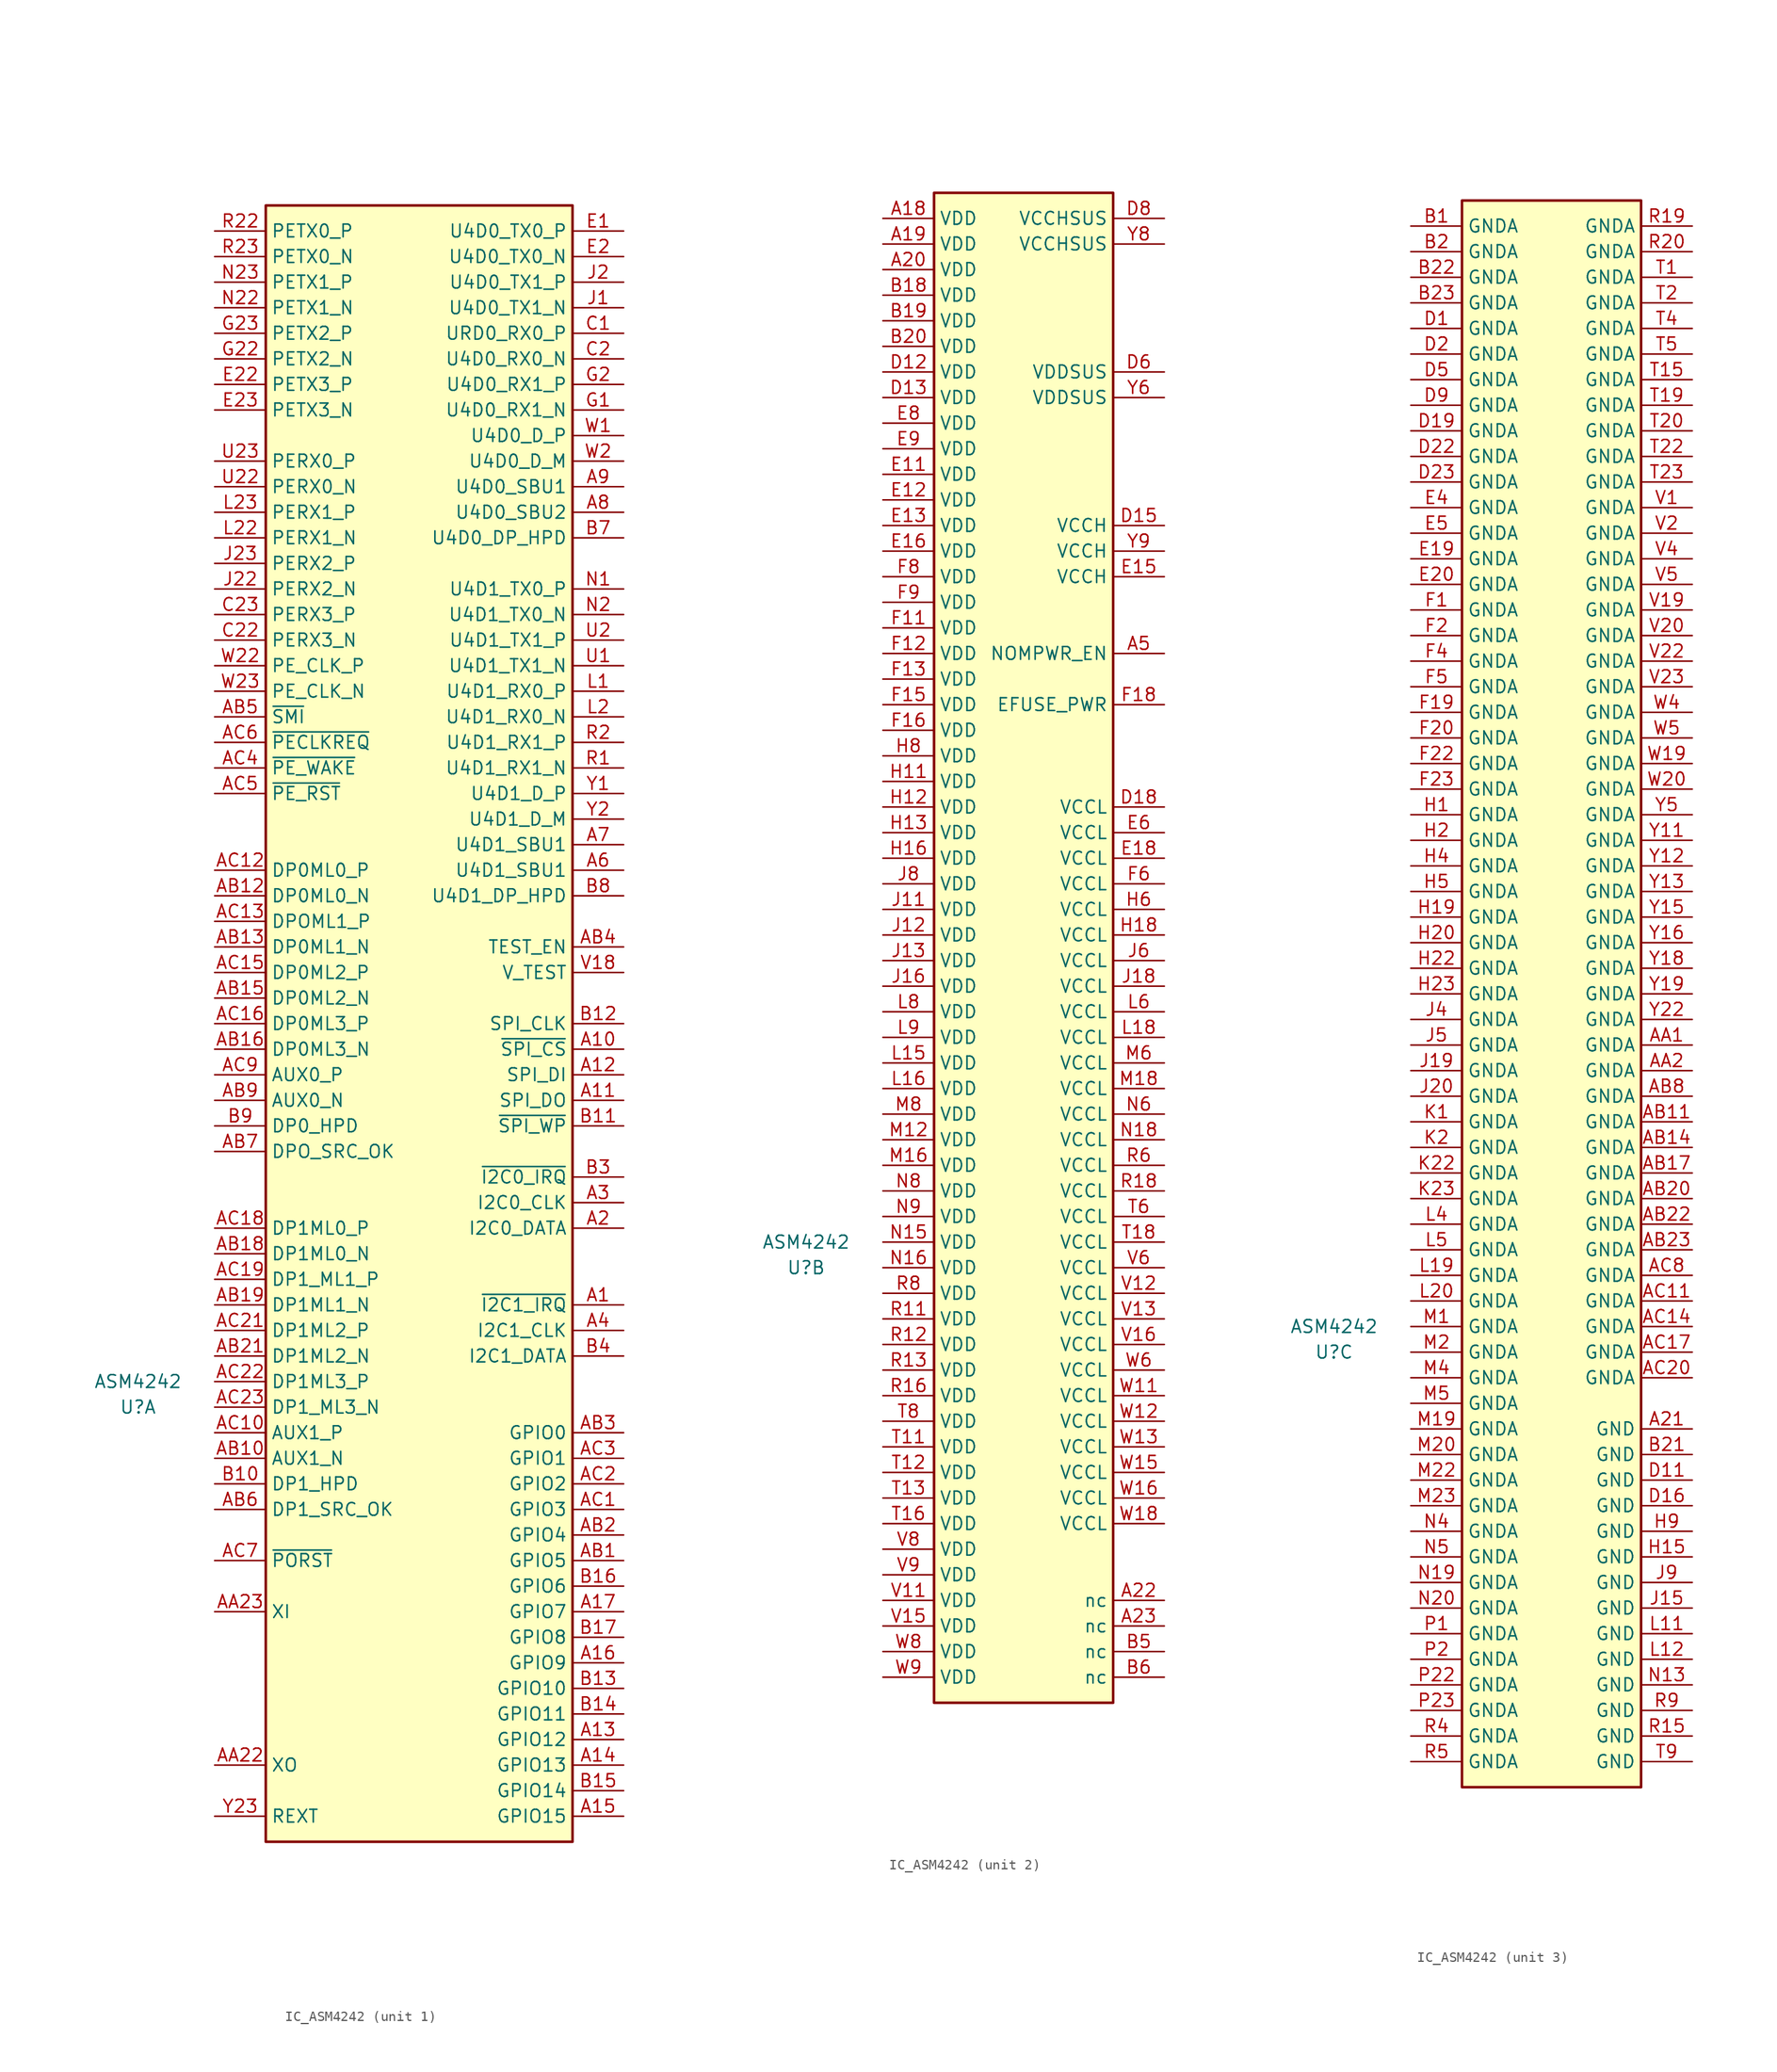
<source format=kicad_sym>
(kicad_symbol_lib
  (version 20231120)
  (generator "kicad_symbol_editor")
  (generator_version "8.0")
  (symbol "IC_ASM4242"
    (property "Reference" "U"
      (at -7.62 40.64 0)
      (effects (font (size 1.27 1.27))))
    (property "Value" "ASM4242"
      (at -7.62 43.18 0)
      (effects (font (size 1.27 1.27))))
    (property "ki_locked" ""
      (at 0 0 0)
      (effects (font (size 1.27 1.27))))
    (symbol "IC_ASM4242_1_1"
      (rectangle (start 5.08 160.02) (end 35.56 -2.54) (stroke (width 0.254) (type default)) (fill (type background)))
      (pin passive line (at 40.64 50.8 180) (length 5.08) (name "~{I2C1_IRQ}" (effects (font (size 1.27 1.27)))) (number "A1" (effects (font (size 1.27 1.27)))))
      (pin passive line (at 40.64 76.2 180) (length 5.08) (name "~{SPI_CS}" (effects (font (size 1.27 1.27)))) (number "A10" (effects (font (size 1.27 1.27)))))
      (pin passive line (at 40.64 71.12 180) (length 5.08) (name "SPI_DO" (effects (font (size 1.27 1.27)))) (number "A11" (effects (font (size 1.27 1.27)))))
      (pin passive line (at 40.64 73.66 180) (length 5.08) (name "SPI_DI" (effects (font (size 1.27 1.27)))) (number "A12" (effects (font (size 1.27 1.27)))))
      (pin passive line (at 40.64 7.62 180) (length 5.08) (name "GPIO12" (effects (font (size 1.27 1.27)))) (number "A13" (effects (font (size 1.27 1.27)))))
      (pin passive line (at 40.64 5.08 180) (length 5.08) (name "GPIO13" (effects (font (size 1.27 1.27)))) (number "A14" (effects (font (size 1.27 1.27)))))
      (pin passive line (at 40.64 0 180) (length 5.08) (name "GPIO15" (effects (font (size 1.27 1.27)))) (number "A15" (effects (font (size 1.27 1.27)))))
      (pin passive line (at 40.64 15.24 180) (length 5.08) (name "GPIO9" (effects (font (size 1.27 1.27)))) (number "A16" (effects (font (size 1.27 1.27)))))
      (pin passive line (at 40.64 20.32 180) (length 5.08) (name "GPIO7" (effects (font (size 1.27 1.27)))) (number "A17" (effects (font (size 1.27 1.27)))))
      (pin passive line (at 40.64 58.42 180) (length 5.08) (name "I2C0_DATA" (effects (font (size 1.27 1.27)))) (number "A2" (effects (font (size 1.27 1.27)))))
      (pin passive line (at 40.64 60.96 180) (length 5.08) (name "I2C0_CLK" (effects (font (size 1.27 1.27)))) (number "A3" (effects (font (size 1.27 1.27)))))
      (pin passive line (at 40.64 48.26 180) (length 5.08) (name "I2C1_CLK" (effects (font (size 1.27 1.27)))) (number "A4" (effects (font (size 1.27 1.27)))))
      (pin passive line (at 40.64 93.98 180) (length 5.08) (name "U4D1_SBU1" (effects (font (size 1.27 1.27)))) (number "A6" (effects (font (size 1.27 1.27)))))
      (pin passive line (at 40.64 96.52 180) (length 5.08) (name "U4D1_SBU1" (effects (font (size 1.27 1.27)))) (number "A7" (effects (font (size 1.27 1.27)))))
      (pin passive line (at 40.64 129.54 180) (length 5.08) (name "U4D0_SBU2" (effects (font (size 1.27 1.27)))) (number "A8" (effects (font (size 1.27 1.27)))))
      (pin passive line (at 40.64 132.08 180) (length 5.08) (name "U4D0_SBU1" (effects (font (size 1.27 1.27)))) (number "A9" (effects (font (size 1.27 1.27)))))
      (pin passive line (at 0 5.08 0) (length 5.08) (name "XO" (effects (font (size 1.27 1.27)))) (number "AA22" (effects (font (size 1.27 1.27)))))
      (pin passive line (at 0 20.32 0) (length 5.08) (name "XI" (effects (font (size 1.27 1.27)))) (number "AA23" (effects (font (size 1.27 1.27)))))
      (pin passive line (at 40.64 25.4 180) (length 5.08) (name "GPIO5" (effects (font (size 1.27 1.27)))) (number "AB1" (effects (font (size 1.27 1.27)))))
      (pin passive line (at 0 35.56 0) (length 5.08) (name "AUX1_N" (effects (font (size 1.27 1.27)))) (number "AB10" (effects (font (size 1.27 1.27)))))
      (pin passive line (at 0 91.44 0) (length 5.08) (name "DP0ML0_N" (effects (font (size 1.27 1.27)))) (number "AB12" (effects (font (size 1.27 1.27)))))
      (pin passive line (at 0 86.36 0) (length 5.08) (name "DP0ML1_N" (effects (font (size 1.27 1.27)))) (number "AB13" (effects (font (size 1.27 1.27)))))
      (pin passive line (at 0 81.28 0) (length 5.08) (name "DP0ML2_N" (effects (font (size 1.27 1.27)))) (number "AB15" (effects (font (size 1.27 1.27)))))
      (pin passive line (at 0 76.2 0) (length 5.08) (name "DP0ML3_N" (effects (font (size 1.27 1.27)))) (number "AB16" (effects (font (size 1.27 1.27)))))
      (pin passive line (at 0 55.88 0) (length 5.08) (name "DP1ML0_N" (effects (font (size 1.27 1.27)))) (number "AB18" (effects (font (size 1.27 1.27)))))
      (pin passive line (at 0 50.8 0) (length 5.08) (name "DP1ML1_N" (effects (font (size 1.27 1.27)))) (number "AB19" (effects (font (size 1.27 1.27)))))
      (pin passive line (at 40.64 27.94 180) (length 5.08) (name "GPIO4" (effects (font (size 1.27 1.27)))) (number "AB2" (effects (font (size 1.27 1.27)))))
      (pin passive line (at 0 45.72 0) (length 5.08) (name "DP1ML2_N" (effects (font (size 1.27 1.27)))) (number "AB21" (effects (font (size 1.27 1.27)))))
      (pin passive line (at 40.64 38.1 180) (length 5.08) (name "GPIO0" (effects (font (size 1.27 1.27)))) (number "AB3" (effects (font (size 1.27 1.27)))))
      (pin passive line (at 40.64 86.36 180) (length 5.08) (name "TEST_EN" (effects (font (size 1.27 1.27)))) (number "AB4" (effects (font (size 1.27 1.27)))))
      (pin passive line (at 0 109.22 0) (length 5.08) (name "~{SMI}" (effects (font (size 1.27 1.27)))) (number "AB5" (effects (font (size 1.27 1.27)))))
      (pin passive line (at 0 30.48 0) (length 5.08) (name "DP1_SRC_OK" (effects (font (size 1.27 1.27)))) (number "AB6" (effects (font (size 1.27 1.27)))))
      (pin passive line (at 0 66.04 0) (length 5.08) (name "DPO_SRC_OK" (effects (font (size 1.27 1.27)))) (number "AB7" (effects (font (size 1.27 1.27)))))
      (pin passive line (at 0 71.12 0) (length 5.08) (name "AUX0_N" (effects (font (size 1.27 1.27)))) (number "AB9" (effects (font (size 1.27 1.27)))))
      (pin passive line (at 40.64 30.48 180) (length 5.08) (name "GPIO3" (effects (font (size 1.27 1.27)))) (number "AC1" (effects (font (size 1.27 1.27)))))
      (pin passive line (at 0 38.1 0) (length 5.08) (name "AUX1_P" (effects (font (size 1.27 1.27)))) (number "AC10" (effects (font (size 1.27 1.27)))))
      (pin passive line (at 0 93.98 0) (length 5.08) (name "DP0ML0_P" (effects (font (size 1.27 1.27)))) (number "AC12" (effects (font (size 1.27 1.27)))))
      (pin passive line (at 0 88.9 0) (length 5.08) (name "DPOML1_P" (effects (font (size 1.27 1.27)))) (number "AC13" (effects (font (size 1.27 1.27)))))
      (pin passive line (at 0 83.82 0) (length 5.08) (name "DP0ML2_P" (effects (font (size 1.27 1.27)))) (number "AC15" (effects (font (size 1.27 1.27)))))
      (pin passive line (at 0 78.74 0) (length 5.08) (name "DP0ML3_P" (effects (font (size 1.27 1.27)))) (number "AC16" (effects (font (size 1.27 1.27)))))
      (pin passive line (at 0 58.42 0) (length 5.08) (name "DP1ML0_P" (effects (font (size 1.27 1.27)))) (number "AC18" (effects (font (size 1.27 1.27)))))
      (pin passive line (at 0 53.34 0) (length 5.08) (name "DP1_ML1_P" (effects (font (size 1.27 1.27)))) (number "AC19" (effects (font (size 1.27 1.27)))))
      (pin passive line (at 40.64 33.02 180) (length 5.08) (name "GPIO2" (effects (font (size 1.27 1.27)))) (number "AC2" (effects (font (size 1.27 1.27)))))
      (pin passive line (at 0 48.26 0) (length 5.08) (name "DP1ML2_P" (effects (font (size 1.27 1.27)))) (number "AC21" (effects (font (size 1.27 1.27)))))
      (pin passive line (at 0 43.18 0) (length 5.08) (name "DP1ML3_P" (effects (font (size 1.27 1.27)))) (number "AC22" (effects (font (size 1.27 1.27)))))
      (pin passive line (at 0 40.64 0) (length 5.08) (name "DP1_ML3_N" (effects (font (size 1.27 1.27)))) (number "AC23" (effects (font (size 1.27 1.27)))))
      (pin passive line (at 40.64 35.56 180) (length 5.08) (name "GPIO1" (effects (font (size 1.27 1.27)))) (number "AC3" (effects (font (size 1.27 1.27)))))
      (pin passive line (at 0 104.14 0) (length 5.08) (name "~{PE_WAKE}" (effects (font (size 1.27 1.27)))) (number "AC4" (effects (font (size 1.27 1.27)))))
      (pin passive line (at 0 101.6 0) (length 5.08) (name "~{PE_RST}" (effects (font (size 1.27 1.27)))) (number "AC5" (effects (font (size 1.27 1.27)))))
      (pin passive line (at 0 106.68 0) (length 5.08) (name "~{PECLKREQ}" (effects (font (size 1.27 1.27)))) (number "AC6" (effects (font (size 1.27 1.27)))))
      (pin passive line (at 0 25.4 0) (length 5.08) (name "~{PORST}" (effects (font (size 1.27 1.27)))) (number "AC7" (effects (font (size 1.27 1.27)))))
      (pin passive line (at 0 73.66 0) (length 5.08) (name "AUX0_P" (effects (font (size 1.27 1.27)))) (number "AC9" (effects (font (size 1.27 1.27)))))
      (pin passive line (at 0 33.02 0) (length 5.08) (name "DP1_HPD" (effects (font (size 1.27 1.27)))) (number "B10" (effects (font (size 1.27 1.27)))))
      (pin passive line (at 40.64 68.58 180) (length 5.08) (name "~{SPI_WP}" (effects (font (size 1.27 1.27)))) (number "B11" (effects (font (size 1.27 1.27)))))
      (pin passive line (at 40.64 78.74 180) (length 5.08) (name "SPI_CLK" (effects (font (size 1.27 1.27)))) (number "B12" (effects (font (size 1.27 1.27)))))
      (pin passive line (at 40.64 12.7 180) (length 5.08) (name "GPIO10" (effects (font (size 1.27 1.27)))) (number "B13" (effects (font (size 1.27 1.27)))))
      (pin passive line (at 40.64 10.16 180) (length 5.08) (name "GPIO11" (effects (font (size 1.27 1.27)))) (number "B14" (effects (font (size 1.27 1.27)))))
      (pin passive line (at 40.64 2.54 180) (length 5.08) (name "GPIO14" (effects (font (size 1.27 1.27)))) (number "B15" (effects (font (size 1.27 1.27)))))
      (pin passive line (at 40.64 22.86 180) (length 5.08) (name "GPIO6" (effects (font (size 1.27 1.27)))) (number "B16" (effects (font (size 1.27 1.27)))))
      (pin passive line (at 40.64 17.78 180) (length 5.08) (name "GPIO8" (effects (font (size 1.27 1.27)))) (number "B17" (effects (font (size 1.27 1.27)))))
      (pin passive line (at 40.64 63.5 180) (length 5.08) (name "~{I2C0_IRQ}" (effects (font (size 1.27 1.27)))) (number "B3" (effects (font (size 1.27 1.27)))))
      (pin passive line (at 40.64 45.72 180) (length 5.08) (name "I2C1_DATA" (effects (font (size 1.27 1.27)))) (number "B4" (effects (font (size 1.27 1.27)))))
      (pin passive line (at 40.64 127 180) (length 5.08) (name "U4D0_DP_HPD" (effects (font (size 1.27 1.27)))) (number "B7" (effects (font (size 1.27 1.27)))))
      (pin passive line (at 40.64 91.44 180) (length 5.08) (name "U4D1_DP_HPD" (effects (font (size 1.27 1.27)))) (number "B8" (effects (font (size 1.27 1.27)))))
      (pin passive line (at 0 68.58 0) (length 5.08) (name "DP0_HPD" (effects (font (size 1.27 1.27)))) (number "B9" (effects (font (size 1.27 1.27)))))
      (pin passive line (at 40.64 147.32 180) (length 5.08) (name "URD0_RX0_P" (effects (font (size 1.27 1.27)))) (number "C1" (effects (font (size 1.27 1.27)))))
      (pin passive line (at 40.64 144.78 180) (length 5.08) (name "U4D0_RX0_N" (effects (font (size 1.27 1.27)))) (number "C2" (effects (font (size 1.27 1.27)))))
      (pin input line (at 0 116.84 0) (length 5.08) (name "PERX3_N" (effects (font (size 1.27 1.27)))) (number "C22" (effects (font (size 1.27 1.27)))))
      (pin input line (at 0 119.38 0) (length 5.08) (name "PERX3_P" (effects (font (size 1.27 1.27)))) (number "C23" (effects (font (size 1.27 1.27)))))
      (pin passive line (at 40.64 157.48 180) (length 5.08) (name "U4D0_TX0_P" (effects (font (size 1.27 1.27)))) (number "E1" (effects (font (size 1.27 1.27)))))
      (pin passive line (at 40.64 154.94 180) (length 5.08) (name "U4D0_TX0_N" (effects (font (size 1.27 1.27)))) (number "E2" (effects (font (size 1.27 1.27)))))
      (pin output line (at 0 142.24 0) (length 5.08) (name "PETX3_P" (effects (font (size 1.27 1.27)))) (number "E22" (effects (font (size 1.27 1.27)))))
      (pin output line (at 0 139.7 0) (length 5.08) (name "PETX3_N" (effects (font (size 1.27 1.27)))) (number "E23" (effects (font (size 1.27 1.27)))))
      (pin passive line (at 40.64 139.7 180) (length 5.08) (name "U4D0_RX1_N" (effects (font (size 1.27 1.27)))) (number "G1" (effects (font (size 1.27 1.27)))))
      (pin passive line (at 40.64 142.24 180) (length 5.08) (name "U4D0_RX1_P" (effects (font (size 1.27 1.27)))) (number "G2" (effects (font (size 1.27 1.27)))))
      (pin output line (at 0 144.78 0) (length 5.08) (name "PETX2_N" (effects (font (size 1.27 1.27)))) (number "G22" (effects (font (size 1.27 1.27)))))
      (pin output line (at 0 147.32 0) (length 5.08) (name "PETX2_P" (effects (font (size 1.27 1.27)))) (number "G23" (effects (font (size 1.27 1.27)))))
      (pin passive line (at 40.64 149.86 180) (length 5.08) (name "U4D0_TX1_N" (effects (font (size 1.27 1.27)))) (number "J1" (effects (font (size 1.27 1.27)))))
      (pin passive line (at 40.64 152.4 180) (length 5.08) (name "U4D0_TX1_P" (effects (font (size 1.27 1.27)))) (number "J2" (effects (font (size 1.27 1.27)))))
      (pin input line (at 0 121.92 0) (length 5.08) (name "PERX2_N" (effects (font (size 1.27 1.27)))) (number "J22" (effects (font (size 1.27 1.27)))))
      (pin input line (at 0 124.46 0) (length 5.08) (name "PERX2_P" (effects (font (size 1.27 1.27)))) (number "J23" (effects (font (size 1.27 1.27)))))
      (pin passive line (at 40.64 111.76 180) (length 5.08) (name "U4D1_RX0_P" (effects (font (size 1.27 1.27)))) (number "L1" (effects (font (size 1.27 1.27)))))
      (pin passive line (at 40.64 109.22 180) (length 5.08) (name "U4D1_RX0_N" (effects (font (size 1.27 1.27)))) (number "L2" (effects (font (size 1.27 1.27)))))
      (pin input line (at 0 127 0) (length 5.08) (name "PERX1_N" (effects (font (size 1.27 1.27)))) (number "L22" (effects (font (size 1.27 1.27)))))
      (pin input line (at 0 129.54 0) (length 5.08) (name "PERX1_P" (effects (font (size 1.27 1.27)))) (number "L23" (effects (font (size 1.27 1.27)))))
      (pin passive line (at 40.64 121.92 180) (length 5.08) (name "U4D1_TX0_P" (effects (font (size 1.27 1.27)))) (number "N1" (effects (font (size 1.27 1.27)))))
      (pin passive line (at 40.64 119.38 180) (length 5.08) (name "U4D1_TX0_N" (effects (font (size 1.27 1.27)))) (number "N2" (effects (font (size 1.27 1.27)))))
      (pin output line (at 0 149.86 0) (length 5.08) (name "PETX1_N" (effects (font (size 1.27 1.27)))) (number "N22" (effects (font (size 1.27 1.27)))))
      (pin output line (at 0 152.4 0) (length 5.08) (name "PETX1_P" (effects (font (size 1.27 1.27)))) (number "N23" (effects (font (size 1.27 1.27)))))
      (pin passive line (at 40.64 104.14 180) (length 5.08) (name "U4D1_RX1_N" (effects (font (size 1.27 1.27)))) (number "R1" (effects (font (size 1.27 1.27)))))
      (pin passive line (at 40.64 106.68 180) (length 5.08) (name "U4D1_RX1_P" (effects (font (size 1.27 1.27)))) (number "R2" (effects (font (size 1.27 1.27)))))
      (pin output line (at 0 157.48 0) (length 5.08) (name "PETX0_P" (effects (font (size 1.27 1.27)))) (number "R22" (effects (font (size 1.27 1.27)))))
      (pin output line (at 0 154.94 0) (length 5.08) (name "PETX0_N" (effects (font (size 1.27 1.27)))) (number "R23" (effects (font (size 1.27 1.27)))))
      (pin passive line (at 40.64 114.3 180) (length 5.08) (name "U4D1_TX1_N" (effects (font (size 1.27 1.27)))) (number "U1" (effects (font (size 1.27 1.27)))))
      (pin passive line (at 40.64 116.84 180) (length 5.08) (name "U4D1_TX1_P" (effects (font (size 1.27 1.27)))) (number "U2" (effects (font (size 1.27 1.27)))))
      (pin input line (at 0 132.08 0) (length 5.08) (name "PERX0_N" (effects (font (size 1.27 1.27)))) (number "U22" (effects (font (size 1.27 1.27)))))
      (pin input line (at 0 134.62 0) (length 5.08) (name "PERX0_P" (effects (font (size 1.27 1.27)))) (number "U23" (effects (font (size 1.27 1.27)))))
      (pin passive line (at 40.64 83.82 180) (length 5.08) (name "V_TEST" (effects (font (size 1.27 1.27)))) (number "V18" (effects (font (size 1.27 1.27)))))
      (pin passive line (at 40.64 137.16 180) (length 5.08) (name "U4D0_D_P" (effects (font (size 1.27 1.27)))) (number "W1" (effects (font (size 1.27 1.27)))))
      (pin passive line (at 40.64 134.62 180) (length 5.08) (name "U4D0_D_M" (effects (font (size 1.27 1.27)))) (number "W2" (effects (font (size 1.27 1.27)))))
      (pin input line (at 0 114.3 0) (length 5.08) (name "PE_CLK_P" (effects (font (size 1.27 1.27)))) (number "W22" (effects (font (size 1.27 1.27)))))
      (pin input line (at 0 111.76 0) (length 5.08) (name "PE_CLK_N" (effects (font (size 1.27 1.27)))) (number "W23" (effects (font (size 1.27 1.27)))))
      (pin passive line (at 40.64 101.6 180) (length 5.08) (name "U4D1_D_P" (effects (font (size 1.27 1.27)))) (number "Y1" (effects (font (size 1.27 1.27)))))
      (pin passive line (at 40.64 99.06 180) (length 5.08) (name "U4D1_D_M" (effects (font (size 1.27 1.27)))) (number "Y2" (effects (font (size 1.27 1.27)))))
      (pin passive line (at 0 0 0) (length 5.08) (name "REXT" (effects (font (size 1.27 1.27)))) (number "Y23" (effects (font (size 1.27 1.27))))))
    (symbol "IC_ASM4242_2_1"
      (rectangle (start 5.08 147.32) (end 22.86 -2.54) (stroke (width 0.254) (type default)) (fill (type background)))
      (pin passive line (at 0 144.78 0) (length 5.08) (name "VDD" (effects (font (size 1.27 1.27)))) (number "A18" (effects (font (size 1.27 1.27)))))
      (pin passive line (at 0 142.24 0) (length 5.08) (name "VDD" (effects (font (size 1.27 1.27)))) (number "A19" (effects (font (size 1.27 1.27)))))
      (pin passive line (at 0 139.7 0) (length 5.08) (name "VDD" (effects (font (size 1.27 1.27)))) (number "A20" (effects (font (size 1.27 1.27)))))
      (pin passive line (at 27.94 7.62 180) (length 5.08) (name "nc" (effects (font (size 1.27 1.27)))) (number "A22" (effects (font (size 1.27 1.27)))))
      (pin passive line (at 27.94 5.08 180) (length 5.08) (name "nc" (effects (font (size 1.27 1.27)))) (number "A23" (effects (font (size 1.27 1.27)))))
      (pin passive line (at 27.94 101.6 180) (length 5.08) (name "NOMPWR_EN" (effects (font (size 1.27 1.27)))) (number "A5" (effects (font (size 1.27 1.27)))))
      (pin passive line (at 0 137.16 0) (length 5.08) (name "VDD" (effects (font (size 1.27 1.27)))) (number "B18" (effects (font (size 1.27 1.27)))))
      (pin passive line (at 0 134.62 0) (length 5.08) (name "VDD" (effects (font (size 1.27 1.27)))) (number "B19" (effects (font (size 1.27 1.27)))))
      (pin passive line (at 0 132.08 0) (length 5.08) (name "VDD" (effects (font (size 1.27 1.27)))) (number "B20" (effects (font (size 1.27 1.27)))))
      (pin passive line (at 27.94 2.54 180) (length 5.08) (name "nc" (effects (font (size 1.27 1.27)))) (number "B5" (effects (font (size 1.27 1.27)))))
      (pin passive line (at 27.94 0 180) (length 5.08) (name "nc" (effects (font (size 1.27 1.27)))) (number "B6" (effects (font (size 1.27 1.27)))))
      (pin passive line (at 0 129.54 0) (length 5.08) (name "VDD" (effects (font (size 1.27 1.27)))) (number "D12" (effects (font (size 1.27 1.27)))))
      (pin passive line (at 0 127 0) (length 5.08) (name "VDD" (effects (font (size 1.27 1.27)))) (number "D13" (effects (font (size 1.27 1.27)))))
      (pin passive line (at 27.94 114.3 180) (length 5.08) (name "VCCH" (effects (font (size 1.27 1.27)))) (number "D15" (effects (font (size 1.27 1.27)))))
      (pin passive line (at 27.94 86.36 180) (length 5.08) (name "VCCL" (effects (font (size 1.27 1.27)))) (number "D18" (effects (font (size 1.27 1.27)))))
      (pin passive line (at 27.94 129.54 180) (length 5.08) (name "VDDSUS" (effects (font (size 1.27 1.27)))) (number "D6" (effects (font (size 1.27 1.27)))))
      (pin passive line (at 27.94 144.78 180) (length 5.08) (name "VCCHSUS" (effects (font (size 1.27 1.27)))) (number "D8" (effects (font (size 1.27 1.27)))))
      (pin passive line (at 0 119.38 0) (length 5.08) (name "VDD" (effects (font (size 1.27 1.27)))) (number "E11" (effects (font (size 1.27 1.27)))))
      (pin passive line (at 0 116.84 0) (length 5.08) (name "VDD" (effects (font (size 1.27 1.27)))) (number "E12" (effects (font (size 1.27 1.27)))))
      (pin passive line (at 0 114.3 0) (length 5.08) (name "VDD" (effects (font (size 1.27 1.27)))) (number "E13" (effects (font (size 1.27 1.27)))))
      (pin passive line (at 27.94 109.22 180) (length 5.08) (name "VCCH" (effects (font (size 1.27 1.27)))) (number "E15" (effects (font (size 1.27 1.27)))))
      (pin passive line (at 0 111.76 0) (length 5.08) (name "VDD" (effects (font (size 1.27 1.27)))) (number "E16" (effects (font (size 1.27 1.27)))))
      (pin passive line (at 27.94 81.28 180) (length 5.08) (name "VCCL" (effects (font (size 1.27 1.27)))) (number "E18" (effects (font (size 1.27 1.27)))))
      (pin passive line (at 27.94 83.82 180) (length 5.08) (name "VCCL" (effects (font (size 1.27 1.27)))) (number "E6" (effects (font (size 1.27 1.27)))))
      (pin passive line (at 0 124.46 0) (length 5.08) (name "VDD" (effects (font (size 1.27 1.27)))) (number "E8" (effects (font (size 1.27 1.27)))))
      (pin passive line (at 0 121.92 0) (length 5.08) (name "VDD" (effects (font (size 1.27 1.27)))) (number "E9" (effects (font (size 1.27 1.27)))))
      (pin passive line (at 0 104.14 0) (length 5.08) (name "VDD" (effects (font (size 1.27 1.27)))) (number "F11" (effects (font (size 1.27 1.27)))))
      (pin passive line (at 0 101.6 0) (length 5.08) (name "VDD" (effects (font (size 1.27 1.27)))) (number "F12" (effects (font (size 1.27 1.27)))))
      (pin passive line (at 0 99.06 0) (length 5.08) (name "VDD" (effects (font (size 1.27 1.27)))) (number "F13" (effects (font (size 1.27 1.27)))))
      (pin passive line (at 0 96.52 0) (length 5.08) (name "VDD" (effects (font (size 1.27 1.27)))) (number "F15" (effects (font (size 1.27 1.27)))))
      (pin passive line (at 0 93.98 0) (length 5.08) (name "VDD" (effects (font (size 1.27 1.27)))) (number "F16" (effects (font (size 1.27 1.27)))))
      (pin passive line (at 27.94 96.52 180) (length 5.08) (name "EFUSE_PWR" (effects (font (size 1.27 1.27)))) (number "F18" (effects (font (size 1.27 1.27)))))
      (pin passive line (at 27.94 78.74 180) (length 5.08) (name "VCCL" (effects (font (size 1.27 1.27)))) (number "F6" (effects (font (size 1.27 1.27)))))
      (pin passive line (at 0 109.22 0) (length 5.08) (name "VDD" (effects (font (size 1.27 1.27)))) (number "F8" (effects (font (size 1.27 1.27)))))
      (pin passive line (at 0 106.68 0) (length 5.08) (name "VDD" (effects (font (size 1.27 1.27)))) (number "F9" (effects (font (size 1.27 1.27)))))
      (pin passive line (at 0 88.9 0) (length 5.08) (name "VDD" (effects (font (size 1.27 1.27)))) (number "H11" (effects (font (size 1.27 1.27)))))
      (pin passive line (at 0 86.36 0) (length 5.08) (name "VDD" (effects (font (size 1.27 1.27)))) (number "H12" (effects (font (size 1.27 1.27)))))
      (pin passive line (at 0 83.82 0) (length 5.08) (name "VDD" (effects (font (size 1.27 1.27)))) (number "H13" (effects (font (size 1.27 1.27)))))
      (pin passive line (at 0 81.28 0) (length 5.08) (name "VDD" (effects (font (size 1.27 1.27)))) (number "H16" (effects (font (size 1.27 1.27)))))
      (pin passive line (at 27.94 73.66 180) (length 5.08) (name "VCCL" (effects (font (size 1.27 1.27)))) (number "H18" (effects (font (size 1.27 1.27)))))
      (pin passive line (at 27.94 76.2 180) (length 5.08) (name "VCCL" (effects (font (size 1.27 1.27)))) (number "H6" (effects (font (size 1.27 1.27)))))
      (pin passive line (at 0 91.44 0) (length 5.08) (name "VDD" (effects (font (size 1.27 1.27)))) (number "H8" (effects (font (size 1.27 1.27)))))
      (pin passive line (at 0 76.2 0) (length 5.08) (name "VDD" (effects (font (size 1.27 1.27)))) (number "J11" (effects (font (size 1.27 1.27)))))
      (pin passive line (at 0 73.66 0) (length 5.08) (name "VDD" (effects (font (size 1.27 1.27)))) (number "J12" (effects (font (size 1.27 1.27)))))
      (pin passive line (at 0 71.12 0) (length 5.08) (name "VDD" (effects (font (size 1.27 1.27)))) (number "J13" (effects (font (size 1.27 1.27)))))
      (pin passive line (at 0 68.58 0) (length 5.08) (name "VDD" (effects (font (size 1.27 1.27)))) (number "J16" (effects (font (size 1.27 1.27)))))
      (pin passive line (at 27.94 68.58 180) (length 5.08) (name "VCCL" (effects (font (size 1.27 1.27)))) (number "J18" (effects (font (size 1.27 1.27)))))
      (pin passive line (at 27.94 71.12 180) (length 5.08) (name "VCCL" (effects (font (size 1.27 1.27)))) (number "J6" (effects (font (size 1.27 1.27)))))
      (pin passive line (at 0 78.74 0) (length 5.08) (name "VDD" (effects (font (size 1.27 1.27)))) (number "J8" (effects (font (size 1.27 1.27)))))
      (pin passive line (at 0 60.96 0) (length 5.08) (name "VDD" (effects (font (size 1.27 1.27)))) (number "L15" (effects (font (size 1.27 1.27)))))
      (pin passive line (at 0 58.42 0) (length 5.08) (name "VDD" (effects (font (size 1.27 1.27)))) (number "L16" (effects (font (size 1.27 1.27)))))
      (pin passive line (at 27.94 63.5 180) (length 5.08) (name "VCCL" (effects (font (size 1.27 1.27)))) (number "L18" (effects (font (size 1.27 1.27)))))
      (pin passive line (at 27.94 66.04 180) (length 5.08) (name "VCCL" (effects (font (size 1.27 1.27)))) (number "L6" (effects (font (size 1.27 1.27)))))
      (pin passive line (at 0 66.04 0) (length 5.08) (name "VDD" (effects (font (size 1.27 1.27)))) (number "L8" (effects (font (size 1.27 1.27)))))
      (pin passive line (at 0 63.5 0) (length 5.08) (name "VDD" (effects (font (size 1.27 1.27)))) (number "L9" (effects (font (size 1.27 1.27)))))
      (pin passive line (at 0 53.34 0) (length 5.08) (name "VDD" (effects (font (size 1.27 1.27)))) (number "M12" (effects (font (size 1.27 1.27)))))
      (pin passive line (at 0 50.8 0) (length 5.08) (name "VDD" (effects (font (size 1.27 1.27)))) (number "M16" (effects (font (size 1.27 1.27)))))
      (pin passive line (at 27.94 58.42 180) (length 5.08) (name "VCCL" (effects (font (size 1.27 1.27)))) (number "M18" (effects (font (size 1.27 1.27)))))
      (pin passive line (at 27.94 60.96 180) (length 5.08) (name "VCCL" (effects (font (size 1.27 1.27)))) (number "M6" (effects (font (size 1.27 1.27)))))
      (pin passive line (at 0 55.88 0) (length 5.08) (name "VDD" (effects (font (size 1.27 1.27)))) (number "M8" (effects (font (size 1.27 1.27)))))
      (pin passive line (at 0 43.18 0) (length 5.08) (name "VDD" (effects (font (size 1.27 1.27)))) (number "N15" (effects (font (size 1.27 1.27)))))
      (pin passive line (at 0 40.64 0) (length 5.08) (name "VDD" (effects (font (size 1.27 1.27)))) (number "N16" (effects (font (size 1.27 1.27)))))
      (pin passive line (at 27.94 53.34 180) (length 5.08) (name "VCCL" (effects (font (size 1.27 1.27)))) (number "N18" (effects (font (size 1.27 1.27)))))
      (pin passive line (at 27.94 55.88 180) (length 5.08) (name "VCCL" (effects (font (size 1.27 1.27)))) (number "N6" (effects (font (size 1.27 1.27)))))
      (pin passive line (at 0 48.26 0) (length 5.08) (name "VDD" (effects (font (size 1.27 1.27)))) (number "N8" (effects (font (size 1.27 1.27)))))
      (pin passive line (at 0 45.72 0) (length 5.08) (name "VDD" (effects (font (size 1.27 1.27)))) (number "N9" (effects (font (size 1.27 1.27)))))
      (pin passive line (at 0 35.56 0) (length 5.08) (name "VDD" (effects (font (size 1.27 1.27)))) (number "R11" (effects (font (size 1.27 1.27)))))
      (pin passive line (at 0 33.02 0) (length 5.08) (name "VDD" (effects (font (size 1.27 1.27)))) (number "R12" (effects (font (size 1.27 1.27)))))
      (pin passive line (at 0 30.48 0) (length 5.08) (name "VDD" (effects (font (size 1.27 1.27)))) (number "R13" (effects (font (size 1.27 1.27)))))
      (pin passive line (at 0 27.94 0) (length 5.08) (name "VDD" (effects (font (size 1.27 1.27)))) (number "R16" (effects (font (size 1.27 1.27)))))
      (pin passive line (at 27.94 48.26 180) (length 5.08) (name "VCCL" (effects (font (size 1.27 1.27)))) (number "R18" (effects (font (size 1.27 1.27)))))
      (pin passive line (at 27.94 50.8 180) (length 5.08) (name "VCCL" (effects (font (size 1.27 1.27)))) (number "R6" (effects (font (size 1.27 1.27)))))
      (pin passive line (at 0 38.1 0) (length 5.08) (name "VDD" (effects (font (size 1.27 1.27)))) (number "R8" (effects (font (size 1.27 1.27)))))
      (pin passive line (at 0 22.86 0) (length 5.08) (name "VDD" (effects (font (size 1.27 1.27)))) (number "T11" (effects (font (size 1.27 1.27)))))
      (pin passive line (at 0 20.32 0) (length 5.08) (name "VDD" (effects (font (size 1.27 1.27)))) (number "T12" (effects (font (size 1.27 1.27)))))
      (pin passive line (at 0 17.78 0) (length 5.08) (name "VDD" (effects (font (size 1.27 1.27)))) (number "T13" (effects (font (size 1.27 1.27)))))
      (pin passive line (at 0 15.24 0) (length 5.08) (name "VDD" (effects (font (size 1.27 1.27)))) (number "T16" (effects (font (size 1.27 1.27)))))
      (pin passive line (at 27.94 43.18 180) (length 5.08) (name "VCCL" (effects (font (size 1.27 1.27)))) (number "T18" (effects (font (size 1.27 1.27)))))
      (pin passive line (at 27.94 45.72 180) (length 5.08) (name "VCCL" (effects (font (size 1.27 1.27)))) (number "T6" (effects (font (size 1.27 1.27)))))
      (pin passive line (at 0 25.4 0) (length 5.08) (name "VDD" (effects (font (size 1.27 1.27)))) (number "T8" (effects (font (size 1.27 1.27)))))
      (pin passive line (at 0 7.62 0) (length 5.08) (name "VDD" (effects (font (size 1.27 1.27)))) (number "V11" (effects (font (size 1.27 1.27)))))
      (pin passive line (at 27.94 38.1 180) (length 5.08) (name "VCCL" (effects (font (size 1.27 1.27)))) (number "V12" (effects (font (size 1.27 1.27)))))
      (pin passive line (at 27.94 35.56 180) (length 5.08) (name "VCCL" (effects (font (size 1.27 1.27)))) (number "V13" (effects (font (size 1.27 1.27)))))
      (pin passive line (at 0 5.08 0) (length 5.08) (name "VDD" (effects (font (size 1.27 1.27)))) (number "V15" (effects (font (size 1.27 1.27)))))
      (pin passive line (at 27.94 33.02 180) (length 5.08) (name "VCCL" (effects (font (size 1.27 1.27)))) (number "V16" (effects (font (size 1.27 1.27)))))
      (pin passive line (at 27.94 40.64 180) (length 5.08) (name "VCCL" (effects (font (size 1.27 1.27)))) (number "V6" (effects (font (size 1.27 1.27)))))
      (pin passive line (at 0 12.7 0) (length 5.08) (name "VDD" (effects (font (size 1.27 1.27)))) (number "V8" (effects (font (size 1.27 1.27)))))
      (pin passive line (at 0 10.16 0) (length 5.08) (name "VDD" (effects (font (size 1.27 1.27)))) (number "V9" (effects (font (size 1.27 1.27)))))
      (pin passive line (at 27.94 27.94 180) (length 5.08) (name "VCCL" (effects (font (size 1.27 1.27)))) (number "W11" (effects (font (size 1.27 1.27)))))
      (pin passive line (at 27.94 25.4 180) (length 5.08) (name "VCCL" (effects (font (size 1.27 1.27)))) (number "W12" (effects (font (size 1.27 1.27)))))
      (pin passive line (at 27.94 22.86 180) (length 5.08) (name "VCCL" (effects (font (size 1.27 1.27)))) (number "W13" (effects (font (size 1.27 1.27)))))
      (pin passive line (at 27.94 20.32 180) (length 5.08) (name "VCCL" (effects (font (size 1.27 1.27)))) (number "W15" (effects (font (size 1.27 1.27)))))
      (pin passive line (at 27.94 17.78 180) (length 5.08) (name "VCCL" (effects (font (size 1.27 1.27)))) (number "W16" (effects (font (size 1.27 1.27)))))
      (pin passive line (at 27.94 15.24 180) (length 5.08) (name "VCCL" (effects (font (size 1.27 1.27)))) (number "W18" (effects (font (size 1.27 1.27)))))
      (pin passive line (at 27.94 30.48 180) (length 5.08) (name "VCCL" (effects (font (size 1.27 1.27)))) (number "W6" (effects (font (size 1.27 1.27)))))
      (pin passive line (at 0 2.54 0) (length 5.08) (name "VDD" (effects (font (size 1.27 1.27)))) (number "W8" (effects (font (size 1.27 1.27)))))
      (pin passive line (at 0 0 0) (length 5.08) (name "VDD" (effects (font (size 1.27 1.27)))) (number "W9" (effects (font (size 1.27 1.27)))))
      (pin passive line (at 27.94 127 180) (length 5.08) (name "VDDSUS" (effects (font (size 1.27 1.27)))) (number "Y6" (effects (font (size 1.27 1.27)))))
      (pin passive line (at 27.94 142.24 180) (length 5.08) (name "VCCHSUS" (effects (font (size 1.27 1.27)))) (number "Y8" (effects (font (size 1.27 1.27)))))
      (pin passive line (at 27.94 111.76 180) (length 5.08) (name "VCCH" (effects (font (size 1.27 1.27)))) (number "Y9" (effects (font (size 1.27 1.27))))))
    (symbol "IC_ASM4242_3_1"
      (rectangle (start 5.08 154.94) (end 22.86 -2.54) (stroke (width 0.254) (type default)) (fill (type background)))
      (pin passive line (at 27.94 33.02 180) (length 5.08) (name "GND" (effects (font (size 1.27 1.27)))) (number "A21" (effects (font (size 1.27 1.27)))))
      (pin passive line (at 27.94 71.12 180) (length 5.08) (name "GNDA" (effects (font (size 1.27 1.27)))) (number "AA1" (effects (font (size 1.27 1.27)))))
      (pin passive line (at 27.94 68.58 180) (length 5.08) (name "GNDA" (effects (font (size 1.27 1.27)))) (number "AA2" (effects (font (size 1.27 1.27)))))
      (pin passive line (at 27.94 63.5 180) (length 5.08) (name "GNDA" (effects (font (size 1.27 1.27)))) (number "AB11" (effects (font (size 1.27 1.27)))))
      (pin passive line (at 27.94 60.96 180) (length 5.08) (name "GNDA" (effects (font (size 1.27 1.27)))) (number "AB14" (effects (font (size 1.27 1.27)))))
      (pin passive line (at 27.94 58.42 180) (length 5.08) (name "GNDA" (effects (font (size 1.27 1.27)))) (number "AB17" (effects (font (size 1.27 1.27)))))
      (pin passive line (at 27.94 55.88 180) (length 5.08) (name "GNDA" (effects (font (size 1.27 1.27)))) (number "AB20" (effects (font (size 1.27 1.27)))))
      (pin passive line (at 27.94 53.34 180) (length 5.08) (name "GNDA" (effects (font (size 1.27 1.27)))) (number "AB22" (effects (font (size 1.27 1.27)))))
      (pin passive line (at 27.94 50.8 180) (length 5.08) (name "GNDA" (effects (font (size 1.27 1.27)))) (number "AB23" (effects (font (size 1.27 1.27)))))
      (pin passive line (at 27.94 66.04 180) (length 5.08) (name "GNDA" (effects (font (size 1.27 1.27)))) (number "AB8" (effects (font (size 1.27 1.27)))))
      (pin passive line (at 27.94 45.72 180) (length 5.08) (name "GNDA" (effects (font (size 1.27 1.27)))) (number "AC11" (effects (font (size 1.27 1.27)))))
      (pin passive line (at 27.94 43.18 180) (length 5.08) (name "GNDA" (effects (font (size 1.27 1.27)))) (number "AC14" (effects (font (size 1.27 1.27)))))
      (pin passive line (at 27.94 40.64 180) (length 5.08) (name "GNDA" (effects (font (size 1.27 1.27)))) (number "AC17" (effects (font (size 1.27 1.27)))))
      (pin passive line (at 27.94 38.1 180) (length 5.08) (name "GNDA" (effects (font (size 1.27 1.27)))) (number "AC20" (effects (font (size 1.27 1.27)))))
      (pin passive line (at 27.94 48.26 180) (length 5.08) (name "GNDA" (effects (font (size 1.27 1.27)))) (number "AC8" (effects (font (size 1.27 1.27)))))
      (pin passive line (at 0 152.4 0) (length 5.08) (name "GNDA" (effects (font (size 1.27 1.27)))) (number "B1" (effects (font (size 1.27 1.27)))))
      (pin passive line (at 0 149.86 0) (length 5.08) (name "GNDA" (effects (font (size 1.27 1.27)))) (number "B2" (effects (font (size 1.27 1.27)))))
      (pin passive line (at 27.94 30.48 180) (length 5.08) (name "GND" (effects (font (size 1.27 1.27)))) (number "B21" (effects (font (size 1.27 1.27)))))
      (pin passive line (at 0 147.32 0) (length 5.08) (name "GNDA" (effects (font (size 1.27 1.27)))) (number "B22" (effects (font (size 1.27 1.27)))))
      (pin passive line (at 0 144.78 0) (length 5.08) (name "GNDA" (effects (font (size 1.27 1.27)))) (number "B23" (effects (font (size 1.27 1.27)))))
      (pin passive line (at 0 142.24 0) (length 5.08) (name "GNDA" (effects (font (size 1.27 1.27)))) (number "D1" (effects (font (size 1.27 1.27)))))
      (pin passive line (at 27.94 27.94 180) (length 5.08) (name "GND" (effects (font (size 1.27 1.27)))) (number "D11" (effects (font (size 1.27 1.27)))))
      (pin passive line (at 27.94 25.4 180) (length 5.08) (name "GND" (effects (font (size 1.27 1.27)))) (number "D16" (effects (font (size 1.27 1.27)))))
      (pin passive line (at 0 132.08 0) (length 5.08) (name "GNDA" (effects (font (size 1.27 1.27)))) (number "D19" (effects (font (size 1.27 1.27)))))
      (pin passive line (at 0 139.7 0) (length 5.08) (name "GNDA" (effects (font (size 1.27 1.27)))) (number "D2" (effects (font (size 1.27 1.27)))))
      (pin passive line (at 0 129.54 0) (length 5.08) (name "GNDA" (effects (font (size 1.27 1.27)))) (number "D22" (effects (font (size 1.27 1.27)))))
      (pin passive line (at 0 127 0) (length 5.08) (name "GNDA" (effects (font (size 1.27 1.27)))) (number "D23" (effects (font (size 1.27 1.27)))))
      (pin passive line (at 0 137.16 0) (length 5.08) (name "GNDA" (effects (font (size 1.27 1.27)))) (number "D5" (effects (font (size 1.27 1.27)))))
      (pin passive line (at 0 134.62 0) (length 5.08) (name "GNDA" (effects (font (size 1.27 1.27)))) (number "D9" (effects (font (size 1.27 1.27)))))
      (pin passive line (at 0 119.38 0) (length 5.08) (name "GNDA" (effects (font (size 1.27 1.27)))) (number "E19" (effects (font (size 1.27 1.27)))))
      (pin passive line (at 0 116.84 0) (length 5.08) (name "GNDA" (effects (font (size 1.27 1.27)))) (number "E20" (effects (font (size 1.27 1.27)))))
      (pin passive line (at 0 124.46 0) (length 5.08) (name "GNDA" (effects (font (size 1.27 1.27)))) (number "E4" (effects (font (size 1.27 1.27)))))
      (pin passive line (at 0 121.92 0) (length 5.08) (name "GNDA" (effects (font (size 1.27 1.27)))) (number "E5" (effects (font (size 1.27 1.27)))))
      (pin passive line (at 0 114.3 0) (length 5.08) (name "GNDA" (effects (font (size 1.27 1.27)))) (number "F1" (effects (font (size 1.27 1.27)))))
      (pin passive line (at 0 104.14 0) (length 5.08) (name "GNDA" (effects (font (size 1.27 1.27)))) (number "F19" (effects (font (size 1.27 1.27)))))
      (pin passive line (at 0 111.76 0) (length 5.08) (name "GNDA" (effects (font (size 1.27 1.27)))) (number "F2" (effects (font (size 1.27 1.27)))))
      (pin passive line (at 0 101.6 0) (length 5.08) (name "GNDA" (effects (font (size 1.27 1.27)))) (number "F20" (effects (font (size 1.27 1.27)))))
      (pin passive line (at 0 99.06 0) (length 5.08) (name "GNDA" (effects (font (size 1.27 1.27)))) (number "F22" (effects (font (size 1.27 1.27)))))
      (pin passive line (at 0 96.52 0) (length 5.08) (name "GNDA" (effects (font (size 1.27 1.27)))) (number "F23" (effects (font (size 1.27 1.27)))))
      (pin passive line (at 0 109.22 0) (length 5.08) (name "GNDA" (effects (font (size 1.27 1.27)))) (number "F4" (effects (font (size 1.27 1.27)))))
      (pin passive line (at 0 106.68 0) (length 5.08) (name "GNDA" (effects (font (size 1.27 1.27)))) (number "F5" (effects (font (size 1.27 1.27)))))
      (pin passive line (at 0 93.98 0) (length 5.08) (name "GNDA" (effects (font (size 1.27 1.27)))) (number "H1" (effects (font (size 1.27 1.27)))))
      (pin passive line (at 27.94 20.32 180) (length 5.08) (name "GND" (effects (font (size 1.27 1.27)))) (number "H15" (effects (font (size 1.27 1.27)))))
      (pin passive line (at 0 83.82 0) (length 5.08) (name "GNDA" (effects (font (size 1.27 1.27)))) (number "H19" (effects (font (size 1.27 1.27)))))
      (pin passive line (at 0 91.44 0) (length 5.08) (name "GNDA" (effects (font (size 1.27 1.27)))) (number "H2" (effects (font (size 1.27 1.27)))))
      (pin passive line (at 0 81.28 0) (length 5.08) (name "GNDA" (effects (font (size 1.27 1.27)))) (number "H20" (effects (font (size 1.27 1.27)))))
      (pin passive line (at 0 78.74 0) (length 5.08) (name "GNDA" (effects (font (size 1.27 1.27)))) (number "H22" (effects (font (size 1.27 1.27)))))
      (pin passive line (at 0 76.2 0) (length 5.08) (name "GNDA" (effects (font (size 1.27 1.27)))) (number "H23" (effects (font (size 1.27 1.27)))))
      (pin passive line (at 0 88.9 0) (length 5.08) (name "GNDA" (effects (font (size 1.27 1.27)))) (number "H4" (effects (font (size 1.27 1.27)))))
      (pin passive line (at 0 86.36 0) (length 5.08) (name "GNDA" (effects (font (size 1.27 1.27)))) (number "H5" (effects (font (size 1.27 1.27)))))
      (pin passive line (at 27.94 22.86 180) (length 5.08) (name "GND" (effects (font (size 1.27 1.27)))) (number "H9" (effects (font (size 1.27 1.27)))))
      (pin passive line (at 27.94 15.24 180) (length 5.08) (name "GND" (effects (font (size 1.27 1.27)))) (number "J15" (effects (font (size 1.27 1.27)))))
      (pin passive line (at 0 68.58 0) (length 5.08) (name "GNDA" (effects (font (size 1.27 1.27)))) (number "J19" (effects (font (size 1.27 1.27)))))
      (pin passive line (at 0 66.04 0) (length 5.08) (name "GNDA" (effects (font (size 1.27 1.27)))) (number "J20" (effects (font (size 1.27 1.27)))))
      (pin passive line (at 0 73.66 0) (length 5.08) (name "GNDA" (effects (font (size 1.27 1.27)))) (number "J4" (effects (font (size 1.27 1.27)))))
      (pin passive line (at 0 71.12 0) (length 5.08) (name "GNDA" (effects (font (size 1.27 1.27)))) (number "J5" (effects (font (size 1.27 1.27)))))
      (pin passive line (at 27.94 17.78 180) (length 5.08) (name "GND" (effects (font (size 1.27 1.27)))) (number "J9" (effects (font (size 1.27 1.27)))))
      (pin passive line (at 0 63.5 0) (length 5.08) (name "GNDA" (effects (font (size 1.27 1.27)))) (number "K1" (effects (font (size 1.27 1.27)))))
      (pin passive line (at 0 60.96 0) (length 5.08) (name "GNDA" (effects (font (size 1.27 1.27)))) (number "K2" (effects (font (size 1.27 1.27)))))
      (pin passive line (at 0 58.42 0) (length 5.08) (name "GNDA" (effects (font (size 1.27 1.27)))) (number "K22" (effects (font (size 1.27 1.27)))))
      (pin passive line (at 0 55.88 0) (length 5.08) (name "GNDA" (effects (font (size 1.27 1.27)))) (number "K23" (effects (font (size 1.27 1.27)))))
      (pin passive line (at 27.94 12.7 180) (length 5.08) (name "GND" (effects (font (size 1.27 1.27)))) (number "L11" (effects (font (size 1.27 1.27)))))
      (pin passive line (at 27.94 10.16 180) (length 5.08) (name "GND" (effects (font (size 1.27 1.27)))) (number "L12" (effects (font (size 1.27 1.27)))))
      (pin passive line (at 0 48.26 0) (length 5.08) (name "GNDA" (effects (font (size 1.27 1.27)))) (number "L19" (effects (font (size 1.27 1.27)))))
      (pin passive line (at 0 45.72 0) (length 5.08) (name "GNDA" (effects (font (size 1.27 1.27)))) (number "L20" (effects (font (size 1.27 1.27)))))
      (pin passive line (at 0 53.34 0) (length 5.08) (name "GNDA" (effects (font (size 1.27 1.27)))) (number "L4" (effects (font (size 1.27 1.27)))))
      (pin passive line (at 0 50.8 0) (length 5.08) (name "GNDA" (effects (font (size 1.27 1.27)))) (number "L5" (effects (font (size 1.27 1.27)))))
      (pin passive line (at 0 43.18 0) (length 5.08) (name "GNDA" (effects (font (size 1.27 1.27)))) (number "M1" (effects (font (size 1.27 1.27)))))
      (pin passive line (at 0 33.02 0) (length 5.08) (name "GNDA" (effects (font (size 1.27 1.27)))) (number "M19" (effects (font (size 1.27 1.27)))))
      (pin passive line (at 0 40.64 0) (length 5.08) (name "GNDA" (effects (font (size 1.27 1.27)))) (number "M2" (effects (font (size 1.27 1.27)))))
      (pin passive line (at 0 30.48 0) (length 5.08) (name "GNDA" (effects (font (size 1.27 1.27)))) (number "M20" (effects (font (size 1.27 1.27)))))
      (pin passive line (at 0 27.94 0) (length 5.08) (name "GNDA" (effects (font (size 1.27 1.27)))) (number "M22" (effects (font (size 1.27 1.27)))))
      (pin passive line (at 0 25.4 0) (length 5.08) (name "GNDA" (effects (font (size 1.27 1.27)))) (number "M23" (effects (font (size 1.27 1.27)))))
      (pin passive line (at 0 38.1 0) (length 5.08) (name "GNDA" (effects (font (size 1.27 1.27)))) (number "M4" (effects (font (size 1.27 1.27)))))
      (pin passive line (at 0 35.56 0) (length 5.08) (name "GNDA" (effects (font (size 1.27 1.27)))) (number "M5" (effects (font (size 1.27 1.27)))))
      (pin passive line (at 27.94 7.62 180) (length 5.08) (name "GND" (effects (font (size 1.27 1.27)))) (number "N13" (effects (font (size 1.27 1.27)))))
      (pin passive line (at 0 17.78 0) (length 5.08) (name "GNDA" (effects (font (size 1.27 1.27)))) (number "N19" (effects (font (size 1.27 1.27)))))
      (pin passive line (at 0 15.24 0) (length 5.08) (name "GNDA" (effects (font (size 1.27 1.27)))) (number "N20" (effects (font (size 1.27 1.27)))))
      (pin passive line (at 0 22.86 0) (length 5.08) (name "GNDA" (effects (font (size 1.27 1.27)))) (number "N4" (effects (font (size 1.27 1.27)))))
      (pin passive line (at 0 20.32 0) (length 5.08) (name "GNDA" (effects (font (size 1.27 1.27)))) (number "N5" (effects (font (size 1.27 1.27)))))
      (pin passive line (at 0 12.7 0) (length 5.08) (name "GNDA" (effects (font (size 1.27 1.27)))) (number "P1" (effects (font (size 1.27 1.27)))))
      (pin passive line (at 0 10.16 0) (length 5.08) (name "GNDA" (effects (font (size 1.27 1.27)))) (number "P2" (effects (font (size 1.27 1.27)))))
      (pin passive line (at 0 7.62 0) (length 5.08) (name "GNDA" (effects (font (size 1.27 1.27)))) (number "P22" (effects (font (size 1.27 1.27)))))
      (pin passive line (at 0 5.08 0) (length 5.08) (name "GNDA" (effects (font (size 1.27 1.27)))) (number "P23" (effects (font (size 1.27 1.27)))))
      (pin passive line (at 27.94 2.54 180) (length 5.08) (name "GND" (effects (font (size 1.27 1.27)))) (number "R15" (effects (font (size 1.27 1.27)))))
      (pin passive line (at 27.94 152.4 180) (length 5.08) (name "GNDA" (effects (font (size 1.27 1.27)))) (number "R19" (effects (font (size 1.27 1.27)))))
      (pin passive line (at 27.94 149.86 180) (length 5.08) (name "GNDA" (effects (font (size 1.27 1.27)))) (number "R20" (effects (font (size 1.27 1.27)))))
      (pin passive line (at 0 2.54 0) (length 5.08) (name "GNDA" (effects (font (size 1.27 1.27)))) (number "R4" (effects (font (size 1.27 1.27)))))
      (pin passive line (at 0 0 0) (length 5.08) (name "GNDA" (effects (font (size 1.27 1.27)))) (number "R5" (effects (font (size 1.27 1.27)))))
      (pin passive line (at 27.94 5.08 180) (length 5.08) (name "GND" (effects (font (size 1.27 1.27)))) (number "R9" (effects (font (size 1.27 1.27)))))
      (pin passive line (at 27.94 147.32 180) (length 5.08) (name "GNDA" (effects (font (size 1.27 1.27)))) (number "T1" (effects (font (size 1.27 1.27)))))
      (pin passive line (at 27.94 137.16 180) (length 5.08) (name "GNDA" (effects (font (size 1.27 1.27)))) (number "T15" (effects (font (size 1.27 1.27)))))
      (pin passive line (at 27.94 134.62 180) (length 5.08) (name "GNDA" (effects (font (size 1.27 1.27)))) (number "T19" (effects (font (size 1.27 1.27)))))
      (pin passive line (at 27.94 144.78 180) (length 5.08) (name "GNDA" (effects (font (size 1.27 1.27)))) (number "T2" (effects (font (size 1.27 1.27)))))
      (pin passive line (at 27.94 132.08 180) (length 5.08) (name "GNDA" (effects (font (size 1.27 1.27)))) (number "T20" (effects (font (size 1.27 1.27)))))
      (pin passive line (at 27.94 129.54 180) (length 5.08) (name "GNDA" (effects (font (size 1.27 1.27)))) (number "T22" (effects (font (size 1.27 1.27)))))
      (pin passive line (at 27.94 127 180) (length 5.08) (name "GNDA" (effects (font (size 1.27 1.27)))) (number "T23" (effects (font (size 1.27 1.27)))))
      (pin passive line (at 27.94 142.24 180) (length 5.08) (name "GNDA" (effects (font (size 1.27 1.27)))) (number "T4" (effects (font (size 1.27 1.27)))))
      (pin passive line (at 27.94 139.7 180) (length 5.08) (name "GNDA" (effects (font (size 1.27 1.27)))) (number "T5" (effects (font (size 1.27 1.27)))))
      (pin passive line (at 27.94 0 180) (length 5.08) (name "GND" (effects (font (size 1.27 1.27)))) (number "T9" (effects (font (size 1.27 1.27)))))
      (pin passive line (at 27.94 124.46 180) (length 5.08) (name "GNDA" (effects (font (size 1.27 1.27)))) (number "V1" (effects (font (size 1.27 1.27)))))
      (pin passive line (at 27.94 114.3 180) (length 5.08) (name "GNDA" (effects (font (size 1.27 1.27)))) (number "V19" (effects (font (size 1.27 1.27)))))
      (pin passive line (at 27.94 121.92 180) (length 5.08) (name "GNDA" (effects (font (size 1.27 1.27)))) (number "V2" (effects (font (size 1.27 1.27)))))
      (pin passive line (at 27.94 111.76 180) (length 5.08) (name "GNDA" (effects (font (size 1.27 1.27)))) (number "V20" (effects (font (size 1.27 1.27)))))
      (pin passive line (at 27.94 109.22 180) (length 5.08) (name "GNDA" (effects (font (size 1.27 1.27)))) (number "V22" (effects (font (size 1.27 1.27)))))
      (pin passive line (at 27.94 106.68 180) (length 5.08) (name "GNDA" (effects (font (size 1.27 1.27)))) (number "V23" (effects (font (size 1.27 1.27)))))
      (pin passive line (at 27.94 119.38 180) (length 5.08) (name "GNDA" (effects (font (size 1.27 1.27)))) (number "V4" (effects (font (size 1.27 1.27)))))
      (pin passive line (at 27.94 116.84 180) (length 5.08) (name "GNDA" (effects (font (size 1.27 1.27)))) (number "V5" (effects (font (size 1.27 1.27)))))
      (pin passive line (at 27.94 99.06 180) (length 5.08) (name "GNDA" (effects (font (size 1.27 1.27)))) (number "W19" (effects (font (size 1.27 1.27)))))
      (pin passive line (at 27.94 96.52 180) (length 5.08) (name "GNDA" (effects (font (size 1.27 1.27)))) (number "W20" (effects (font (size 1.27 1.27)))))
      (pin passive line (at 27.94 104.14 180) (length 5.08) (name "GNDA" (effects (font (size 1.27 1.27)))) (number "W4" (effects (font (size 1.27 1.27)))))
      (pin passive line (at 27.94 101.6 180) (length 5.08) (name "GNDA" (effects (font (size 1.27 1.27)))) (number "W5" (effects (font (size 1.27 1.27)))))
      (pin passive line (at 27.94 91.44 180) (length 5.08) (name "GNDA" (effects (font (size 1.27 1.27)))) (number "Y11" (effects (font (size 1.27 1.27)))))
      (pin passive line (at 27.94 88.9 180) (length 5.08) (name "GNDA" (effects (font (size 1.27 1.27)))) (number "Y12" (effects (font (size 1.27 1.27)))))
      (pin passive line (at 27.94 86.36 180) (length 5.08) (name "GNDA" (effects (font (size 1.27 1.27)))) (number "Y13" (effects (font (size 1.27 1.27)))))
      (pin passive line (at 27.94 83.82 180) (length 5.08) (name "GNDA" (effects (font (size 1.27 1.27)))) (number "Y15" (effects (font (size 1.27 1.27)))))
      (pin passive line (at 27.94 81.28 180) (length 5.08) (name "GNDA" (effects (font (size 1.27 1.27)))) (number "Y16" (effects (font (size 1.27 1.27)))))
      (pin passive line (at 27.94 78.74 180) (length 5.08) (name "GNDA" (effects (font (size 1.27 1.27)))) (number "Y18" (effects (font (size 1.27 1.27)))))
      (pin passive line (at 27.94 76.2 180) (length 5.08) (name "GNDA" (effects (font (size 1.27 1.27)))) (number "Y19" (effects (font (size 1.27 1.27)))))
      (pin passive line (at 27.94 73.66 180) (length 5.08) (name "GNDA" (effects (font (size 1.27 1.27)))) (number "Y22" (effects (font (size 1.27 1.27)))))
      (pin passive line (at 27.94 93.98 180) (length 5.08) (name "GNDA" (effects (font (size 1.27 1.27)))) (number "Y5" (effects (font (size 1.27 1.27))))))))
</source>
